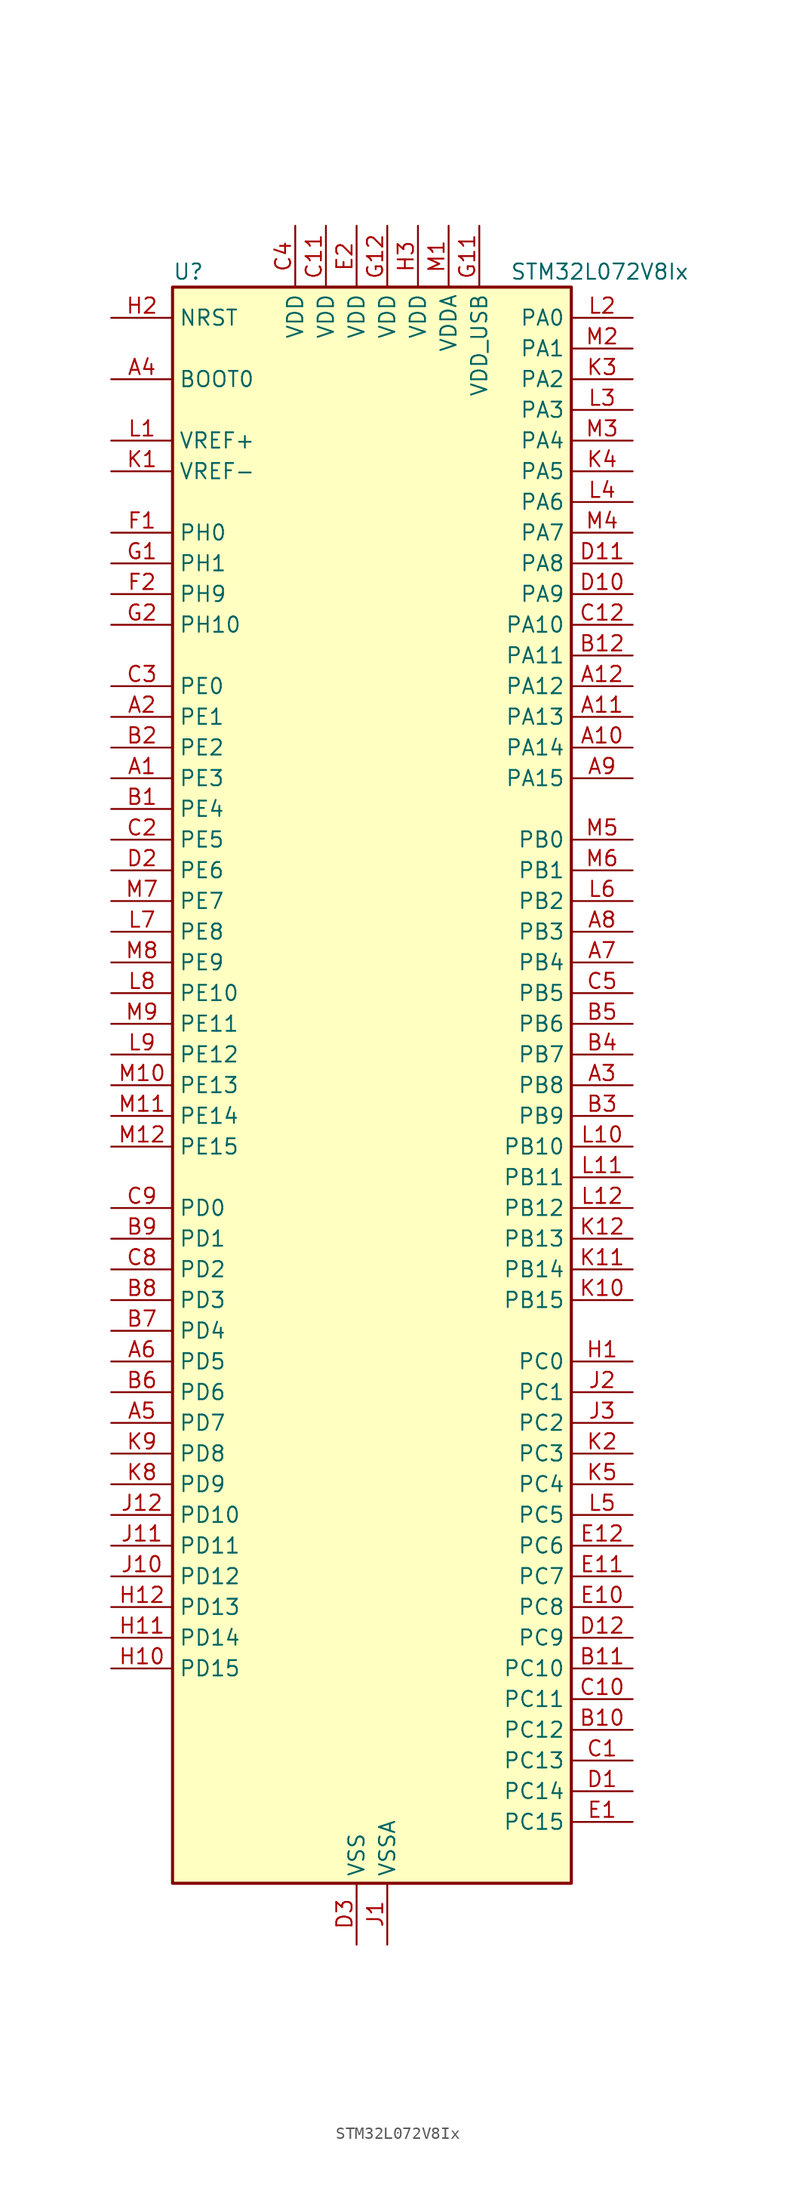
<source format=kicad_sym>
(kicad_symbol_lib
  (version 20231120)
  (generator "kicad_symbol_editor")
  (generator_version "8.0")
  (symbol "STM32L072V8Ix"
    (property "Reference" "U"
      (at -15.24 67.31 0)
      (effects (font (size 1.27 1.27)) (justify left)))
    (property "Value" "STM32L072V8Ix"
      (at 12.7 67.31 0)
      (effects (font (size 1.27 1.27)) (justify left)))
    (property "ki_locked" ""
      (at 0 0 0)
      (effects (font (size 1.27 1.27))))
    (symbol "STM32L072V8Ix_0_1"
      (rectangle (start -15.24 -66.04) (end 17.78 66.04) (stroke (width 0.254) (type default)) (fill (type background))))
    (symbol "STM32L072V8Ix_1_1"
      (pin bidirectional line (at -20.32 25.4 0) (length 5.08) (name "PE3" (effects (font (size 1.27 1.27)))) (number "A1" (effects (font (size 1.27 1.27)))) (alternate "TIM22_CH1" bidirectional line) (alternate "TIM3_CH1" bidirectional line))
      (pin bidirectional line (at 22.86 27.94 180) (length 5.08) (name "PA14" (effects (font (size 1.27 1.27)))) (number "A10" (effects (font (size 1.27 1.27)))) (alternate "LPUART1_TX" bidirectional line) (alternate "SYS_SWCLK" bidirectional line) (alternate "USART2_TX" bidirectional line))
      (pin bidirectional line (at 22.86 30.48 180) (length 5.08) (name "PA13" (effects (font (size 1.27 1.27)))) (number "A11" (effects (font (size 1.27 1.27)))) (alternate "LPUART1_RX" bidirectional line) (alternate "SYS_SWDIO" bidirectional line) (alternate "USB_NOE" bidirectional line))
      (pin bidirectional line (at 22.86 33.02 180) (length 5.08) (name "PA12" (effects (font (size 1.27 1.27)))) (number "A12" (effects (font (size 1.27 1.27)))) (alternate "COMP2_OUT" bidirectional line) (alternate "SPI1_MOSI" bidirectional line) (alternate "TSC_G4_IO4" bidirectional line) (alternate "USART1_DE" bidirectional line) (alternate "USART1_RTS" bidirectional line) (alternate "USB_DP" bidirectional line))
      (pin bidirectional line (at -20.32 30.48 0) (length 5.08) (name "PE1" (effects (font (size 1.27 1.27)))) (number "A2" (effects (font (size 1.27 1.27)))))
      (pin bidirectional line (at 22.86 0 180) (length 5.08) (name "PB8" (effects (font (size 1.27 1.27)))) (number "A3" (effects (font (size 1.27 1.27)))) (alternate "I2C1_SCL" bidirectional line) (alternate "TSC_SYNC" bidirectional line))
      (pin input line (at -20.32 58.42 0) (length 5.08) (name "BOOT0" (effects (font (size 1.27 1.27)))) (number "A4" (effects (font (size 1.27 1.27)))))
      (pin bidirectional line (at -20.32 -27.94 0) (length 5.08) (name "PD7" (effects (font (size 1.27 1.27)))) (number "A5" (effects (font (size 1.27 1.27)))) (alternate "TIM21_CH2" bidirectional line) (alternate "USART2_CK" bidirectional line))
      (pin bidirectional line (at -20.32 -22.86 0) (length 5.08) (name "PD5" (effects (font (size 1.27 1.27)))) (number "A6" (effects (font (size 1.27 1.27)))) (alternate "USART2_TX" bidirectional line))
      (pin bidirectional line (at 22.86 10.16 180) (length 5.08) (name "PB4" (effects (font (size 1.27 1.27)))) (number "A7" (effects (font (size 1.27 1.27)))) (alternate "COMP2_INP" bidirectional line) (alternate "I2C3_SDA" bidirectional line) (alternate "SPI1_MISO" bidirectional line) (alternate "TIM22_CH1" bidirectional line) (alternate "TIM3_CH1" bidirectional line) (alternate "TSC_G5_IO2" bidirectional line) (alternate "USART1_CTS" bidirectional line) (alternate "USART5_RX" bidirectional line))
      (pin bidirectional line (at 22.86 12.7 180) (length 5.08) (name "PB3" (effects (font (size 1.27 1.27)))) (number "A8" (effects (font (size 1.27 1.27)))) (alternate "COMP2_INM" bidirectional line) (alternate "SPI1_SCK" bidirectional line) (alternate "TIM2_CH2" bidirectional line) (alternate "TSC_G5_IO1" bidirectional line) (alternate "USART1_DE" bidirectional line) (alternate "USART1_RTS" bidirectional line) (alternate "USART5_TX" bidirectional line))
      (pin bidirectional line (at 22.86 25.4 180) (length 5.08) (name "PA15" (effects (font (size 1.27 1.27)))) (number "A9" (effects (font (size 1.27 1.27)))) (alternate "SPI1_NSS" bidirectional line) (alternate "TIM2_CH1" bidirectional line) (alternate "TIM2_ETR" bidirectional line) (alternate "USART2_RX" bidirectional line) (alternate "USART4_DE" bidirectional line) (alternate "USART4_RTS" bidirectional line))
      (pin bidirectional line (at -20.32 22.86 0) (length 5.08) (name "PE4" (effects (font (size 1.27 1.27)))) (number "B1" (effects (font (size 1.27 1.27)))) (alternate "TIM22_CH2" bidirectional line) (alternate "TIM3_CH2" bidirectional line))
      (pin bidirectional line (at 22.86 -53.34 180) (length 5.08) (name "PC12" (effects (font (size 1.27 1.27)))) (number "B10" (effects (font (size 1.27 1.27)))) (alternate "USART4_CK" bidirectional line) (alternate "USART5_TX" bidirectional line))
      (pin bidirectional line (at 22.86 -48.26 180) (length 5.08) (name "PC10" (effects (font (size 1.27 1.27)))) (number "B11" (effects (font (size 1.27 1.27)))) (alternate "LPUART1_TX" bidirectional line) (alternate "USART4_TX" bidirectional line))
      (pin bidirectional line (at 22.86 35.56 180) (length 5.08) (name "PA11" (effects (font (size 1.27 1.27)))) (number "B12" (effects (font (size 1.27 1.27)))) (alternate "ADC_EXTI11" bidirectional line) (alternate "COMP1_OUT" bidirectional line) (alternate "SPI1_MISO" bidirectional line) (alternate "TSC_G4_IO3" bidirectional line) (alternate "USART1_CTS" bidirectional line) (alternate "USB_DM" bidirectional line))
      (pin bidirectional line (at -20.32 27.94 0) (length 5.08) (name "PE2" (effects (font (size 1.27 1.27)))) (number "B2" (effects (font (size 1.27 1.27)))) (alternate "TIM3_ETR" bidirectional line))
      (pin bidirectional line (at 22.86 -2.54 180) (length 5.08) (name "PB9" (effects (font (size 1.27 1.27)))) (number "B3" (effects (font (size 1.27 1.27)))) (alternate "DAC_EXTI9" bidirectional line) (alternate "I2C1_SDA" bidirectional line) (alternate "I2S2_WS" bidirectional line) (alternate "SPI2_NSS" bidirectional line))
      (pin bidirectional line (at 22.86 2.54 180) (length 5.08) (name "PB7" (effects (font (size 1.27 1.27)))) (number "B4" (effects (font (size 1.27 1.27)))) (alternate "COMP2_INP" bidirectional line) (alternate "I2C1_SDA" bidirectional line) (alternate "LPTIM1_IN2" bidirectional line) (alternate "SYS_PVD_IN" bidirectional line) (alternate "TSC_G5_IO4" bidirectional line) (alternate "USART1_RX" bidirectional line) (alternate "USART4_CTS" bidirectional line))
      (pin bidirectional line (at 22.86 5.08 180) (length 5.08) (name "PB6" (effects (font (size 1.27 1.27)))) (number "B5" (effects (font (size 1.27 1.27)))) (alternate "COMP2_INP" bidirectional line) (alternate "I2C1_SCL" bidirectional line) (alternate "LPTIM1_ETR" bidirectional line) (alternate "TSC_G5_IO3" bidirectional line) (alternate "USART1_TX" bidirectional line))
      (pin bidirectional line (at -20.32 -25.4 0) (length 5.08) (name "PD6" (effects (font (size 1.27 1.27)))) (number "B6" (effects (font (size 1.27 1.27)))) (alternate "USART2_RX" bidirectional line))
      (pin bidirectional line (at -20.32 -20.32 0) (length 5.08) (name "PD4" (effects (font (size 1.27 1.27)))) (number "B7" (effects (font (size 1.27 1.27)))) (alternate "I2S2_SD" bidirectional line) (alternate "SPI2_MOSI" bidirectional line) (alternate "USART2_DE" bidirectional line) (alternate "USART2_RTS" bidirectional line))
      (pin bidirectional line (at -20.32 -17.78 0) (length 5.08) (name "PD3" (effects (font (size 1.27 1.27)))) (number "B8" (effects (font (size 1.27 1.27)))) (alternate "I2S2_MCK" bidirectional line) (alternate "SPI2_MISO" bidirectional line) (alternate "USART2_CTS" bidirectional line))
      (pin bidirectional line (at -20.32 -12.7 0) (length 5.08) (name "PD1" (effects (font (size 1.27 1.27)))) (number "B9" (effects (font (size 1.27 1.27)))) (alternate "I2S2_CK" bidirectional line) (alternate "SPI2_SCK" bidirectional line))
      (pin bidirectional line (at 22.86 -55.88 180) (length 5.08) (name "PC13" (effects (font (size 1.27 1.27)))) (number "C1" (effects (font (size 1.27 1.27)))) (alternate "RTC_OUT_ALARM" bidirectional line) (alternate "RTC_OUT_CALIB" bidirectional line) (alternate "RTC_TAMP1" bidirectional line) (alternate "RTC_TS" bidirectional line) (alternate "SYS_WKUP2" bidirectional line))
      (pin bidirectional line (at 22.86 -50.8 180) (length 5.08) (name "PC11" (effects (font (size 1.27 1.27)))) (number "C10" (effects (font (size 1.27 1.27)))) (alternate "ADC_EXTI11" bidirectional line) (alternate "LPUART1_RX" bidirectional line) (alternate "USART4_RX" bidirectional line))
      (pin power_in line (at -2.54 71.12 270) (length 5.08) (name "VDD" (effects (font (size 1.27 1.27)))) (number "C11" (effects (font (size 1.27 1.27)))))
      (pin bidirectional line (at 22.86 38.1 180) (length 5.08) (name "PA10" (effects (font (size 1.27 1.27)))) (number "C12" (effects (font (size 1.27 1.27)))) (alternate "I2C1_SDA" bidirectional line) (alternate "TSC_G4_IO2" bidirectional line) (alternate "USART1_RX" bidirectional line))
      (pin bidirectional line (at -20.32 20.32 0) (length 5.08) (name "PE5" (effects (font (size 1.27 1.27)))) (number "C2" (effects (font (size 1.27 1.27)))) (alternate "TIM21_CH1" bidirectional line) (alternate "TIM3_CH3" bidirectional line))
      (pin bidirectional line (at -20.32 33.02 0) (length 5.08) (name "PE0" (effects (font (size 1.27 1.27)))) (number "C3" (effects (font (size 1.27 1.27)))))
      (pin power_in line (at -5.08 71.12 270) (length 5.08) (name "VDD" (effects (font (size 1.27 1.27)))) (number "C4" (effects (font (size 1.27 1.27)))))
      (pin bidirectional line (at 22.86 7.62 180) (length 5.08) (name "PB5" (effects (font (size 1.27 1.27)))) (number "C5" (effects (font (size 1.27 1.27)))) (alternate "COMP2_INP" bidirectional line) (alternate "I2C1_SMBA" bidirectional line) (alternate "LPTIM1_IN1" bidirectional line) (alternate "SPI1_MOSI" bidirectional line) (alternate "TIM22_CH2" bidirectional line) (alternate "TIM3_CH2" bidirectional line) (alternate "USART1_CK" bidirectional line) (alternate "USART5_CK" bidirectional line) (alternate "USART5_DE" bidirectional line) (alternate "USART5_RTS" bidirectional line))
      (pin bidirectional line (at -20.32 -15.24 0) (length 5.08) (name "PD2" (effects (font (size 1.27 1.27)))) (number "C8" (effects (font (size 1.27 1.27)))) (alternate "LPUART1_DE" bidirectional line) (alternate "LPUART1_RTS" bidirectional line) (alternate "TIM3_ETR" bidirectional line) (alternate "USART5_RX" bidirectional line))
      (pin bidirectional line (at -20.32 -10.16 0) (length 5.08) (name "PD0" (effects (font (size 1.27 1.27)))) (number "C9" (effects (font (size 1.27 1.27)))) (alternate "I2S2_WS" bidirectional line) (alternate "SPI2_NSS" bidirectional line) (alternate "TIM21_CH1" bidirectional line))
      (pin bidirectional line (at 22.86 -58.42 180) (length 5.08) (name "PC14" (effects (font (size 1.27 1.27)))) (number "D1" (effects (font (size 1.27 1.27)))) (alternate "RCC_OSC32_IN" bidirectional line))
      (pin bidirectional line (at 22.86 40.64 180) (length 5.08) (name "PA9" (effects (font (size 1.27 1.27)))) (number "D10" (effects (font (size 1.27 1.27)))) (alternate "DAC_EXTI9" bidirectional line) (alternate "I2C1_SCL" bidirectional line) (alternate "I2C3_SMBA" bidirectional line) (alternate "RCC_MCO" bidirectional line) (alternate "TSC_G4_IO1" bidirectional line) (alternate "USART1_TX" bidirectional line))
      (pin bidirectional line (at 22.86 43.18 180) (length 5.08) (name "PA8" (effects (font (size 1.27 1.27)))) (number "D11" (effects (font (size 1.27 1.27)))) (alternate "CRS_SYNC" bidirectional line) (alternate "I2C3_SCL" bidirectional line) (alternate "RCC_MCO" bidirectional line) (alternate "USART1_CK" bidirectional line))
      (pin bidirectional line (at 22.86 -45.72 180) (length 5.08) (name "PC9" (effects (font (size 1.27 1.27)))) (number "D12" (effects (font (size 1.27 1.27)))) (alternate "DAC_EXTI9" bidirectional line) (alternate "I2C3_SDA" bidirectional line) (alternate "TIM21_ETR" bidirectional line) (alternate "TIM3_CH4" bidirectional line) (alternate "TSC_G8_IO4" bidirectional line) (alternate "USB_NOE" bidirectional line))
      (pin bidirectional line (at -20.32 17.78 0) (length 5.08) (name "PE6" (effects (font (size 1.27 1.27)))) (number "D2" (effects (font (size 1.27 1.27)))) (alternate "RTC_TAMP3" bidirectional line) (alternate "SYS_WKUP3" bidirectional line) (alternate "TIM21_CH2" bidirectional line) (alternate "TIM3_CH4" bidirectional line))
      (pin power_in line (at 0 -71.12 90) (length 5.08) (name "VSS" (effects (font (size 1.27 1.27)))) (number "D3" (effects (font (size 1.27 1.27)))))
      (pin bidirectional line (at 22.86 -60.96 180) (length 5.08) (name "PC15" (effects (font (size 1.27 1.27)))) (number "E1" (effects (font (size 1.27 1.27)))) (alternate "RCC_OSC32_OUT" bidirectional line))
      (pin bidirectional line (at 22.86 -43.18 180) (length 5.08) (name "PC8" (effects (font (size 1.27 1.27)))) (number "E10" (effects (font (size 1.27 1.27)))) (alternate "TIM22_ETR" bidirectional line) (alternate "TIM3_CH3" bidirectional line) (alternate "TSC_G8_IO3" bidirectional line))
      (pin bidirectional line (at 22.86 -40.64 180) (length 5.08) (name "PC7" (effects (font (size 1.27 1.27)))) (number "E11" (effects (font (size 1.27 1.27)))) (alternate "TIM22_CH2" bidirectional line) (alternate "TIM3_CH2" bidirectional line) (alternate "TSC_G8_IO2" bidirectional line))
      (pin bidirectional line (at 22.86 -38.1 180) (length 5.08) (name "PC6" (effects (font (size 1.27 1.27)))) (number "E12" (effects (font (size 1.27 1.27)))) (alternate "TIM22_CH1" bidirectional line) (alternate "TIM3_CH1" bidirectional line) (alternate "TSC_G8_IO1" bidirectional line))
      (pin power_in line (at 0 71.12 270) (length 5.08) (name "VDD" (effects (font (size 1.27 1.27)))) (number "E2" (effects (font (size 1.27 1.27)))))
      (pin passive line (at 0 -71.12 90) (length 5.08) hide (name "VSS" (effects (font (size 1.27 1.27)))) (number "E3" (effects (font (size 1.27 1.27)))))
      (pin bidirectional line (at -20.32 45.72 0) (length 5.08) (name "PH0" (effects (font (size 1.27 1.27)))) (number "F1" (effects (font (size 1.27 1.27)))) (alternate "CRS_SYNC" bidirectional line) (alternate "RCC_OSC_IN" bidirectional line))
      (pin passive line (at 0 -71.12 90) (length 5.08) hide (name "VSS" (effects (font (size 1.27 1.27)))) (number "F11" (effects (font (size 1.27 1.27)))))
      (pin passive line (at 0 -71.12 90) (length 5.08) hide (name "VSS" (effects (font (size 1.27 1.27)))) (number "F12" (effects (font (size 1.27 1.27)))))
      (pin bidirectional line (at -20.32 40.64 0) (length 5.08) (name "PH9" (effects (font (size 1.27 1.27)))) (number "F2" (effects (font (size 1.27 1.27)))) (alternate "DAC_EXTI9" bidirectional line))
      (pin bidirectional line (at -20.32 43.18 0) (length 5.08) (name "PH1" (effects (font (size 1.27 1.27)))) (number "G1" (effects (font (size 1.27 1.27)))) (alternate "RCC_OSC_OUT" bidirectional line))
      (pin power_in line (at 10.16 71.12 270) (length 5.08) (name "VDD_USB" (effects (font (size 1.27 1.27)))) (number "G11" (effects (font (size 1.27 1.27)))))
      (pin power_in line (at 2.54 71.12 270) (length 5.08) (name "VDD" (effects (font (size 1.27 1.27)))) (number "G12" (effects (font (size 1.27 1.27)))))
      (pin bidirectional line (at -20.32 38.1 0) (length 5.08) (name "PH10" (effects (font (size 1.27 1.27)))) (number "G2" (effects (font (size 1.27 1.27)))))
      (pin bidirectional line (at 22.86 -22.86 180) (length 5.08) (name "PC0" (effects (font (size 1.27 1.27)))) (number "H1" (effects (font (size 1.27 1.27)))) (alternate "ADC_IN10" bidirectional line) (alternate "I2C3_SCL" bidirectional line) (alternate "LPTIM1_IN1" bidirectional line) (alternate "LPUART1_RX" bidirectional line) (alternate "TSC_G7_IO1" bidirectional line))
      (pin bidirectional line (at -20.32 -48.26 0) (length 5.08) (name "PD15" (effects (font (size 1.27 1.27)))) (number "H10" (effects (font (size 1.27 1.27)))) (alternate "CRS_SYNC" bidirectional line))
      (pin bidirectional line (at -20.32 -45.72 0) (length 5.08) (name "PD14" (effects (font (size 1.27 1.27)))) (number "H11" (effects (font (size 1.27 1.27)))))
      (pin bidirectional line (at -20.32 -43.18 0) (length 5.08) (name "PD13" (effects (font (size 1.27 1.27)))) (number "H12" (effects (font (size 1.27 1.27)))))
      (pin input line (at -20.32 63.5 0) (length 5.08) (name "NRST" (effects (font (size 1.27 1.27)))) (number "H2" (effects (font (size 1.27 1.27)))))
      (pin power_in line (at 5.08 71.12 270) (length 5.08) (name "VDD" (effects (font (size 1.27 1.27)))) (number "H3" (effects (font (size 1.27 1.27)))))
      (pin power_in line (at 2.54 -71.12 90) (length 5.08) (name "VSSA" (effects (font (size 1.27 1.27)))) (number "J1" (effects (font (size 1.27 1.27)))))
      (pin bidirectional line (at -20.32 -40.64 0) (length 5.08) (name "PD12" (effects (font (size 1.27 1.27)))) (number "J10" (effects (font (size 1.27 1.27)))) (alternate "LPUART1_DE" bidirectional line) (alternate "LPUART1_RTS" bidirectional line))
      (pin bidirectional line (at -20.32 -38.1 0) (length 5.08) (name "PD11" (effects (font (size 1.27 1.27)))) (number "J11" (effects (font (size 1.27 1.27)))) (alternate "ADC_EXTI11" bidirectional line) (alternate "LPUART1_CTS" bidirectional line))
      (pin bidirectional line (at -20.32 -35.56 0) (length 5.08) (name "PD10" (effects (font (size 1.27 1.27)))) (number "J12" (effects (font (size 1.27 1.27)))))
      (pin bidirectional line (at 22.86 -25.4 180) (length 5.08) (name "PC1" (effects (font (size 1.27 1.27)))) (number "J2" (effects (font (size 1.27 1.27)))) (alternate "ADC_IN11" bidirectional line) (alternate "I2C3_SDA" bidirectional line) (alternate "LPTIM1_OUT" bidirectional line) (alternate "LPUART1_TX" bidirectional line) (alternate "TSC_G7_IO2" bidirectional line))
      (pin bidirectional line (at 22.86 -27.94 180) (length 5.08) (name "PC2" (effects (font (size 1.27 1.27)))) (number "J3" (effects (font (size 1.27 1.27)))) (alternate "ADC_IN12" bidirectional line) (alternate "I2S2_MCK" bidirectional line) (alternate "LPTIM1_IN2" bidirectional line) (alternate "SPI2_MISO" bidirectional line) (alternate "TSC_G7_IO3" bidirectional line))
      (pin input line (at -20.32 50.8 0) (length 5.08) (name "VREF-" (effects (font (size 1.27 1.27)))) (number "K1" (effects (font (size 1.27 1.27)))))
      (pin bidirectional line (at 22.86 -17.78 180) (length 5.08) (name "PB15" (effects (font (size 1.27 1.27)))) (number "K10" (effects (font (size 1.27 1.27)))) (alternate "I2S2_SD" bidirectional line) (alternate "RTC_REFIN" bidirectional line) (alternate "SPI2_MOSI" bidirectional line))
      (pin bidirectional line (at 22.86 -15.24 180) (length 5.08) (name "PB14" (effects (font (size 1.27 1.27)))) (number "K11" (effects (font (size 1.27 1.27)))) (alternate "I2C2_SDA" bidirectional line) (alternate "I2S2_MCK" bidirectional line) (alternate "LPUART1_DE" bidirectional line) (alternate "LPUART1_RTS" bidirectional line) (alternate "RTC_OUT_ALARM" bidirectional line) (alternate "RTC_OUT_CALIB" bidirectional line) (alternate "SPI2_MISO" bidirectional line) (alternate "TIM21_CH2" bidirectional line) (alternate "TSC_G6_IO4" bidirectional line))
      (pin bidirectional line (at 22.86 -12.7 180) (length 5.08) (name "PB13" (effects (font (size 1.27 1.27)))) (number "K12" (effects (font (size 1.27 1.27)))) (alternate "I2C2_SCL" bidirectional line) (alternate "I2S2_CK" bidirectional line) (alternate "LPUART1_CTS" bidirectional line) (alternate "RCC_MCO" bidirectional line) (alternate "SPI2_SCK" bidirectional line) (alternate "TIM21_CH1" bidirectional line) (alternate "TSC_G6_IO3" bidirectional line))
      (pin bidirectional line (at 22.86 -30.48 180) (length 5.08) (name "PC3" (effects (font (size 1.27 1.27)))) (number "K2" (effects (font (size 1.27 1.27)))) (alternate "ADC_IN13" bidirectional line) (alternate "I2S2_SD" bidirectional line) (alternate "LPTIM1_ETR" bidirectional line) (alternate "SPI2_MOSI" bidirectional line) (alternate "TSC_G7_IO4" bidirectional line))
      (pin bidirectional line (at 22.86 58.42 180) (length 5.08) (name "PA2" (effects (font (size 1.27 1.27)))) (number "K3" (effects (font (size 1.27 1.27)))) (alternate "ADC_IN2" bidirectional line) (alternate "COMP2_INM" bidirectional line) (alternate "COMP2_OUT" bidirectional line) (alternate "LPUART1_TX" bidirectional line) (alternate "TIM21_CH1" bidirectional line) (alternate "TIM2_CH3" bidirectional line) (alternate "TSC_G1_IO3" bidirectional line) (alternate "USART2_TX" bidirectional line))
      (pin bidirectional line (at 22.86 50.8 180) (length 5.08) (name "PA5" (effects (font (size 1.27 1.27)))) (number "K4" (effects (font (size 1.27 1.27)))) (alternate "ADC_IN5" bidirectional line) (alternate "COMP1_INM" bidirectional line) (alternate "COMP2_INM" bidirectional line) (alternate "DAC_OUT2" bidirectional line) (alternate "SPI1_SCK" bidirectional line) (alternate "TIM2_CH1" bidirectional line) (alternate "TIM2_ETR" bidirectional line) (alternate "TSC_G2_IO2" bidirectional line))
      (pin bidirectional line (at 22.86 -33.02 180) (length 5.08) (name "PC4" (effects (font (size 1.27 1.27)))) (number "K5" (effects (font (size 1.27 1.27)))) (alternate "ADC_IN14" bidirectional line) (alternate "LPUART1_TX" bidirectional line))
      (pin bidirectional line (at -20.32 -33.02 0) (length 5.08) (name "PD9" (effects (font (size 1.27 1.27)))) (number "K8" (effects (font (size 1.27 1.27)))) (alternate "DAC_EXTI9" bidirectional line) (alternate "LPUART1_RX" bidirectional line))
      (pin bidirectional line (at -20.32 -30.48 0) (length 5.08) (name "PD8" (effects (font (size 1.27 1.27)))) (number "K9" (effects (font (size 1.27 1.27)))) (alternate "LPUART1_TX" bidirectional line))
      (pin input line (at -20.32 53.34 0) (length 5.08) (name "VREF+" (effects (font (size 1.27 1.27)))) (number "L1" (effects (font (size 1.27 1.27)))))
      (pin bidirectional line (at 22.86 -5.08 180) (length 5.08) (name "PB10" (effects (font (size 1.27 1.27)))) (number "L10" (effects (font (size 1.27 1.27)))) (alternate "I2C2_SCL" bidirectional line) (alternate "LPUART1_RX" bidirectional line) (alternate "LPUART1_TX" bidirectional line) (alternate "SPI2_SCK" bidirectional line) (alternate "TIM2_CH3" bidirectional line) (alternate "TSC_SYNC" bidirectional line))
      (pin bidirectional line (at 22.86 -7.62 180) (length 5.08) (name "PB11" (effects (font (size 1.27 1.27)))) (number "L11" (effects (font (size 1.27 1.27)))) (alternate "ADC_EXTI11" bidirectional line) (alternate "I2C2_SDA" bidirectional line) (alternate "LPUART1_RX" bidirectional line) (alternate "LPUART1_TX" bidirectional line) (alternate "TIM2_CH4" bidirectional line) (alternate "TSC_G6_IO1" bidirectional line))
      (pin bidirectional line (at 22.86 -10.16 180) (length 5.08) (name "PB12" (effects (font (size 1.27 1.27)))) (number "L12" (effects (font (size 1.27 1.27)))) (alternate "I2S2_WS" bidirectional line) (alternate "LPUART1_DE" bidirectional line) (alternate "LPUART1_RTS" bidirectional line) (alternate "SPI2_NSS" bidirectional line) (alternate "TSC_G6_IO2" bidirectional line))
      (pin bidirectional line (at 22.86 63.5 180) (length 5.08) (name "PA0" (effects (font (size 1.27 1.27)))) (number "L2" (effects (font (size 1.27 1.27)))) (alternate "ADC_IN0" bidirectional line) (alternate "COMP1_INM" bidirectional line) (alternate "COMP1_OUT" bidirectional line) (alternate "RTC_TAMP2" bidirectional line) (alternate "SYS_WKUP1" bidirectional line) (alternate "TIM2_CH1" bidirectional line) (alternate "TIM2_ETR" bidirectional line) (alternate "TSC_G1_IO1" bidirectional line) (alternate "USART2_CTS" bidirectional line) (alternate "USART4_TX" bidirectional line))
      (pin bidirectional line (at 22.86 55.88 180) (length 5.08) (name "PA3" (effects (font (size 1.27 1.27)))) (number "L3" (effects (font (size 1.27 1.27)))) (alternate "ADC_IN3" bidirectional line) (alternate "COMP2_INP" bidirectional line) (alternate "LPUART1_RX" bidirectional line) (alternate "TIM21_CH2" bidirectional line) (alternate "TIM2_CH4" bidirectional line) (alternate "TSC_G1_IO4" bidirectional line) (alternate "USART2_RX" bidirectional line))
      (pin bidirectional line (at 22.86 48.26 180) (length 5.08) (name "PA6" (effects (font (size 1.27 1.27)))) (number "L4" (effects (font (size 1.27 1.27)))) (alternate "ADC_IN6" bidirectional line) (alternate "COMP1_OUT" bidirectional line) (alternate "LPUART1_CTS" bidirectional line) (alternate "SPI1_MISO" bidirectional line) (alternate "TIM22_CH1" bidirectional line) (alternate "TIM3_CH1" bidirectional line) (alternate "TSC_G2_IO3" bidirectional line))
      (pin bidirectional line (at 22.86 -35.56 180) (length 5.08) (name "PC5" (effects (font (size 1.27 1.27)))) (number "L5" (effects (font (size 1.27 1.27)))) (alternate "ADC_IN15" bidirectional line) (alternate "LPUART1_RX" bidirectional line) (alternate "TSC_G3_IO1" bidirectional line))
      (pin bidirectional line (at 22.86 15.24 180) (length 5.08) (name "PB2" (effects (font (size 1.27 1.27)))) (number "L6" (effects (font (size 1.27 1.27)))) (alternate "I2C3_SMBA" bidirectional line) (alternate "LPTIM1_OUT" bidirectional line) (alternate "TSC_G3_IO4" bidirectional line))
      (pin bidirectional line (at -20.32 12.7 0) (length 5.08) (name "PE8" (effects (font (size 1.27 1.27)))) (number "L7" (effects (font (size 1.27 1.27)))) (alternate "USART4_TX" bidirectional line))
      (pin bidirectional line (at -20.32 7.62 0) (length 5.08) (name "PE10" (effects (font (size 1.27 1.27)))) (number "L8" (effects (font (size 1.27 1.27)))) (alternate "TIM2_CH2" bidirectional line) (alternate "USART5_TX" bidirectional line))
      (pin bidirectional line (at -20.32 2.54 0) (length 5.08) (name "PE12" (effects (font (size 1.27 1.27)))) (number "L9" (effects (font (size 1.27 1.27)))) (alternate "SPI1_NSS" bidirectional line) (alternate "TIM2_CH4" bidirectional line))
      (pin power_in line (at 7.62 71.12 270) (length 5.08) (name "VDDA" (effects (font (size 1.27 1.27)))) (number "M1" (effects (font (size 1.27 1.27)))))
      (pin bidirectional line (at -20.32 0 0) (length 5.08) (name "PE13" (effects (font (size 1.27 1.27)))) (number "M10" (effects (font (size 1.27 1.27)))) (alternate "SPI1_SCK" bidirectional line))
      (pin bidirectional line (at -20.32 -2.54 0) (length 5.08) (name "PE14" (effects (font (size 1.27 1.27)))) (number "M11" (effects (font (size 1.27 1.27)))) (alternate "SPI1_MISO" bidirectional line))
      (pin bidirectional line (at -20.32 -5.08 0) (length 5.08) (name "PE15" (effects (font (size 1.27 1.27)))) (number "M12" (effects (font (size 1.27 1.27)))) (alternate "SPI1_MOSI" bidirectional line))
      (pin bidirectional line (at 22.86 60.96 180) (length 5.08) (name "PA1" (effects (font (size 1.27 1.27)))) (number "M2" (effects (font (size 1.27 1.27)))) (alternate "ADC_IN1" bidirectional line) (alternate "COMP1_INP" bidirectional line) (alternate "TIM21_ETR" bidirectional line) (alternate "TIM2_CH2" bidirectional line) (alternate "TSC_G1_IO2" bidirectional line) (alternate "USART2_DE" bidirectional line) (alternate "USART2_RTS" bidirectional line) (alternate "USART4_RX" bidirectional line))
      (pin bidirectional line (at 22.86 53.34 180) (length 5.08) (name "PA4" (effects (font (size 1.27 1.27)))) (number "M3" (effects (font (size 1.27 1.27)))) (alternate "ADC_IN4" bidirectional line) (alternate "COMP1_INM" bidirectional line) (alternate "COMP2_INM" bidirectional line) (alternate "DAC_OUT1" bidirectional line) (alternate "SPI1_NSS" bidirectional line) (alternate "TIM22_ETR" bidirectional line) (alternate "TSC_G2_IO1" bidirectional line) (alternate "USART2_CK" bidirectional line))
      (pin bidirectional line (at 22.86 45.72 180) (length 5.08) (name "PA7" (effects (font (size 1.27 1.27)))) (number "M4" (effects (font (size 1.27 1.27)))) (alternate "ADC_IN7" bidirectional line) (alternate "COMP2_OUT" bidirectional line) (alternate "SPI1_MOSI" bidirectional line) (alternate "TIM22_CH2" bidirectional line) (alternate "TIM3_CH2" bidirectional line) (alternate "TSC_G2_IO4" bidirectional line))
      (pin bidirectional line (at 22.86 20.32 180) (length 5.08) (name "PB0" (effects (font (size 1.27 1.27)))) (number "M5" (effects (font (size 1.27 1.27)))) (alternate "ADC_IN8" bidirectional line) (alternate "SYS_VREF_OUT_PB0" bidirectional line) (alternate "TIM3_CH3" bidirectional line) (alternate "TSC_G3_IO2" bidirectional line))
      (pin bidirectional line (at 22.86 17.78 180) (length 5.08) (name "PB1" (effects (font (size 1.27 1.27)))) (number "M6" (effects (font (size 1.27 1.27)))) (alternate "ADC_IN9" bidirectional line) (alternate "LPUART1_DE" bidirectional line) (alternate "LPUART1_RTS" bidirectional line) (alternate "SYS_VREF_OUT_PB1" bidirectional line) (alternate "TIM3_CH4" bidirectional line) (alternate "TSC_G3_IO3" bidirectional line))
      (pin bidirectional line (at -20.32 15.24 0) (length 5.08) (name "PE7" (effects (font (size 1.27 1.27)))) (number "M7" (effects (font (size 1.27 1.27)))) (alternate "USART5_CK" bidirectional line) (alternate "USART5_DE" bidirectional line) (alternate "USART5_RTS" bidirectional line))
      (pin bidirectional line (at -20.32 10.16 0) (length 5.08) (name "PE9" (effects (font (size 1.27 1.27)))) (number "M8" (effects (font (size 1.27 1.27)))) (alternate "DAC_EXTI9" bidirectional line) (alternate "TIM2_CH1" bidirectional line) (alternate "TIM2_ETR" bidirectional line) (alternate "USART4_RX" bidirectional line))
      (pin bidirectional line (at -20.32 5.08 0) (length 5.08) (name "PE11" (effects (font (size 1.27 1.27)))) (number "M9" (effects (font (size 1.27 1.27)))) (alternate "ADC_EXTI11" bidirectional line) (alternate "TIM2_CH3" bidirectional line) (alternate "USART5_RX" bidirectional line)))))
</source>
